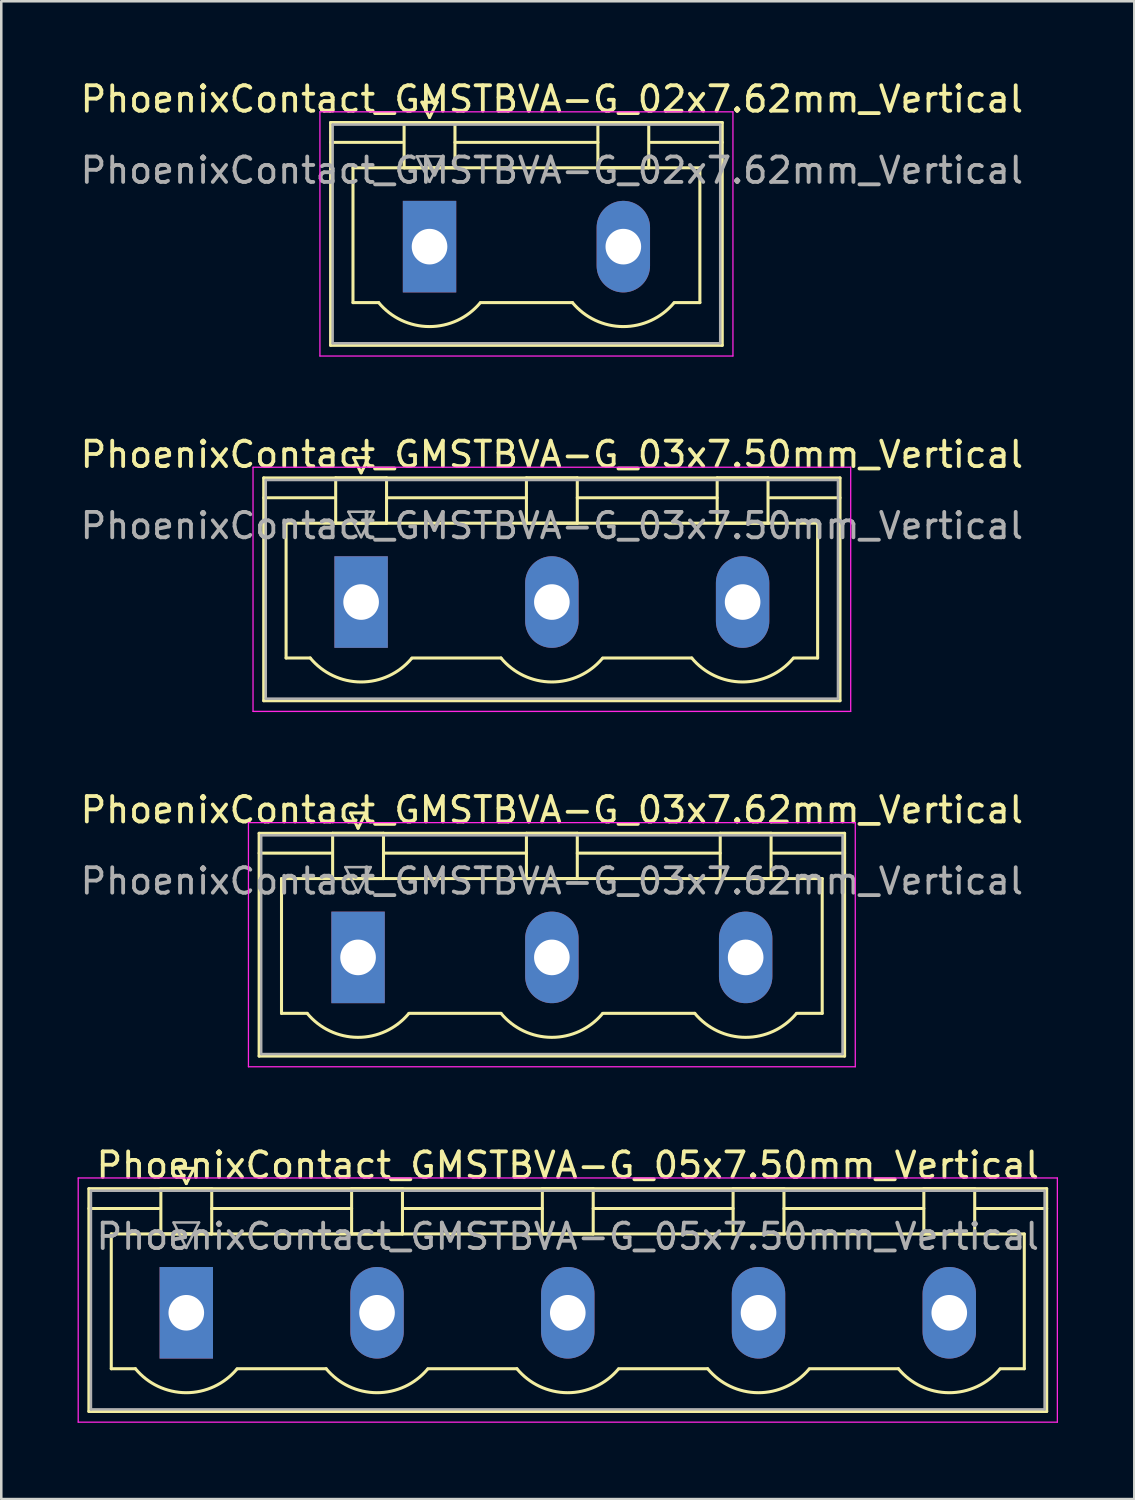
<source format=kicad_pcb>
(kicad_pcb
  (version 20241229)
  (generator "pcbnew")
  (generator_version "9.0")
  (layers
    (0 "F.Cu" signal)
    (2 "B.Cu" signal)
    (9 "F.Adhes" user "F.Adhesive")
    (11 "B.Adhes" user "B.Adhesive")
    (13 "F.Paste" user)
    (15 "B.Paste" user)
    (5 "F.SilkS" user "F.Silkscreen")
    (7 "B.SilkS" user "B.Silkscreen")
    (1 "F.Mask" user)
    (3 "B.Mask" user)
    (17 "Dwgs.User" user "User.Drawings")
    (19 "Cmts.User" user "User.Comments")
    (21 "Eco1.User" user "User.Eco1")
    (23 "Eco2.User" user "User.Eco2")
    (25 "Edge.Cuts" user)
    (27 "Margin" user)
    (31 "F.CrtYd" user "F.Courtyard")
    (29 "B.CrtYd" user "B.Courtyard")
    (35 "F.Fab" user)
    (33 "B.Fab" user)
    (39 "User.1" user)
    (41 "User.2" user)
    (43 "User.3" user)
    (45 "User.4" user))
  (footprint "PhoenixContact_GMSTBVA-G_05x7.50mm_Vertical"
    (layer "F.Cu")
    (at 4.275 48.568)
    (property "Reference" "PhoenixContact_GMSTBVA-G_05x7.50mm_Vertical" (at 15 -5.8 0) (layer "F.SilkS") (effects (font (size 1 1) (thickness 0.15))))
    (attr through_hole)
    (fp_line (start -3.83 -4.88) (end -3.83 3.88) (stroke (width 0.12) (type solid)) (layer "F.SilkS"))
    (fp_line (start -3.83 -4.1) (end -1.08 -4.1) (stroke (width 0.12) (type solid)) (layer "F.SilkS"))
    (fp_line (start -3.83 3.88) (end 33.83 3.88) (stroke (width 0.12) (type solid)) (layer "F.SilkS"))
    (fp_line (start -2.95 -3.1) (end 32.95 -3.1) (stroke (width 0.12) (type solid)) (layer "F.SilkS"))
    (fp_line (start -2.95 2.2) (end -2.95 -3.1) (stroke (width 0.12) (type solid)) (layer "F.SilkS"))
    (fp_line (start -2 2.2) (end -2.95 2.2) (stroke (width 0.12) (type solid)) (layer "F.SilkS"))
    (fp_line (start -1 -4.88) (end 1 -4.88) (stroke (width 0.12) (type solid)) (layer "F.SilkS"))
    (fp_line (start -1 -3.1) (end -1 -4.88) (stroke (width 0.12) (type solid)) (layer "F.SilkS"))
    (fp_line (start -0.3 -5.68) (end 0.3 -5.68) (stroke (width 0.12) (type solid)) (layer "F.SilkS"))
    (fp_line (start 0 -5.08) (end -0.3 -5.68) (stroke (width 0.12) (type solid)) (layer "F.SilkS"))
    (fp_line (start 0.3 -5.68) (end 0 -5.08) (stroke (width 0.12) (type solid)) (layer "F.SilkS"))
    (fp_line (start 1 -4.88) (end 1 -3.1) (stroke (width 0.12) (type solid)) (layer "F.SilkS"))
    (fp_line (start 1 -4.1) (end 6.5 -4.1) (stroke (width 0.12) (type solid)) (layer "F.SilkS"))
    (fp_line (start 1 -3.1) (end -1 -3.1) (stroke (width 0.12) (type solid)) (layer "F.SilkS"))
    (fp_line (start 2 2.2) (end 5.5 2.2) (stroke (width 0.12) (type solid)) (layer "F.SilkS"))
    (fp_line (start 6.5 -4.88) (end 8.5 -4.88) (stroke (width 0.12) (type solid)) (layer "F.SilkS"))
    (fp_line (start 6.5 -3.1) (end 6.5 -4.88) (stroke (width 0.12) (type solid)) (layer "F.SilkS"))
    (fp_line (start 8.5 -4.88) (end 8.5 -3.1) (stroke (width 0.12) (type solid)) (layer "F.SilkS"))
    (fp_line (start 8.5 -4.1) (end 14 -4.1) (stroke (width 0.12) (type solid)) (layer "F.SilkS"))
    (fp_line (start 8.5 -3.1) (end 6.5 -3.1) (stroke (width 0.12) (type solid)) (layer "F.SilkS"))
    (fp_line (start 9.5 2.2) (end 13 2.2) (stroke (width 0.12) (type solid)) (layer "F.SilkS"))
    (fp_line (start 14 -4.88) (end 16 -4.88) (stroke (width 0.12) (type solid)) (layer "F.SilkS"))
    (fp_line (start 14 -3.1) (end 14 -4.88) (stroke (width 0.12) (type solid)) (layer "F.SilkS"))
    (fp_line (start 16 -4.88) (end 16 -3.1) (stroke (width 0.12) (type solid)) (layer "F.SilkS"))
    (fp_line (start 16 -4.1) (end 21.5 -4.1) (stroke (width 0.12) (type solid)) (layer "F.SilkS"))
    (fp_line (start 16 -3.1) (end 14 -3.1) (stroke (width 0.12) (type solid)) (layer "F.SilkS"))
    (fp_line (start 17 2.2) (end 20.5 2.2) (stroke (width 0.12) (type solid)) (layer "F.SilkS"))
    (fp_line (start 21.5 -4.88) (end 23.5 -4.88) (stroke (width 0.12) (type solid)) (layer "F.SilkS"))
    (fp_line (start 21.5 -3.1) (end 21.5 -4.88) (stroke (width 0.12) (type solid)) (layer "F.SilkS"))
    (fp_line (start 23.5 -4.88) (end 23.5 -3.1) (stroke (width 0.12) (type solid)) (layer "F.SilkS"))
    (fp_line (start 23.5 -4.1) (end 29 -4.1) (stroke (width 0.12) (type solid)) (layer "F.SilkS"))
    (fp_line (start 23.5 -3.1) (end 21.5 -3.1) (stroke (width 0.12) (type solid)) (layer "F.SilkS"))
    (fp_line (start 24.5 2.2) (end 28 2.2) (stroke (width 0.12) (type solid)) (layer "F.SilkS"))
    (fp_line (start 29 -4.88) (end 31 -4.88) (stroke (width 0.12) (type solid)) (layer "F.SilkS"))
    (fp_line (start 29 -3.1) (end 29 -4.88) (stroke (width 0.12) (type solid)) (layer "F.SilkS"))
    (fp_line (start 31 -4.88) (end 31 -3.1) (stroke (width 0.12) (type solid)) (layer "F.SilkS"))
    (fp_line (start 31 -3.1) (end 29 -3.1) (stroke (width 0.12) (type solid)) (layer "F.SilkS"))
    (fp_line (start 32.95 -3.1) (end 32.95 2.2) (stroke (width 0.12) (type solid)) (layer "F.SilkS"))
    (fp_line (start 32.95 2.2) (end 32 2.2) (stroke (width 0.12) (type solid)) (layer "F.SilkS"))
    (fp_line (start 33.83 -4.88) (end -3.83 -4.88) (stroke (width 0.12) (type solid)) (layer "F.SilkS"))
    (fp_line (start 33.83 -4.1) (end 31.08 -4.1) (stroke (width 0.12) (type solid)) (layer "F.SilkS"))
    (fp_line (start 33.83 3.88) (end 33.83 -4.88) (stroke (width 0.12) (type solid)) (layer "F.SilkS"))
    (fp_arc (start 1.986842 2.215821) (mid -0.010289 3.142758) (end -2 2.2) (stroke (width 0.12) (type solid)) (layer "F.SilkS"))
    (fp_arc (start 9.486842 2.215821) (mid 7.489711 3.142758) (end 5.5 2.2) (stroke (width 0.12) (type solid)) (layer "F.SilkS"))
    (fp_arc (start 16.986842 2.215821) (mid 14.989711 3.142758) (end 13 2.2) (stroke (width 0.12) (type solid)) (layer "F.SilkS"))
    (fp_arc (start 24.486842 2.215821) (mid 22.489711 3.142758) (end 20.5 2.2) (stroke (width 0.12) (type solid)) (layer "F.SilkS"))
    (fp_arc (start 31.986842 2.215821) (mid 29.989711 3.142758) (end 28 2.2) (stroke (width 0.12) (type solid)) (layer "F.SilkS"))
    (fp_line (start -4.25 -5.3) (end -4.25 4.3) (stroke (width 0.05) (type solid)) (layer "F.CrtYd"))
    (fp_line (start -4.25 4.3) (end 34.25 4.3) (stroke (width 0.05) (type solid)) (layer "F.CrtYd"))
    (fp_line (start 34.25 -5.3) (end -4.25 -5.3) (stroke (width 0.05) (type solid)) (layer "F.CrtYd"))
    (fp_line (start 34.25 4.3) (end 34.25 -5.3) (stroke (width 0.05) (type solid)) (layer "F.CrtYd"))
    (fp_line (start -3.75 -4.8) (end -3.75 3.8) (stroke (width 0.1) (type solid)) (layer "F.Fab"))
    (fp_line (start -3.75 3.8) (end 33.75 3.8) (stroke (width 0.1) (type solid)) (layer "F.Fab"))
    (fp_line (start -0.5 -3.55) (end 0.5 -3.55) (stroke (width 0.1) (type solid)) (layer "F.Fab"))
    (fp_line (start 0 -2.55) (end -0.5 -3.55) (stroke (width 0.1) (type solid)) (layer "F.Fab"))
    (fp_line (start 0.5 -3.55) (end 0 -2.55) (stroke (width 0.1) (type solid)) (layer "F.Fab"))
    (fp_line (start 33.75 -4.8) (end -3.75 -4.8) (stroke (width 0.1) (type solid)) (layer "F.Fab"))
    (fp_line (start 33.75 3.8) (end 33.75 -4.8) (stroke (width 0.1) (type solid)) (layer "F.Fab"))
    (fp_text user "${REFERENCE}" (at 15 -3 0) (layer "F.Fab") (effects (font (size 1 1) (thickness 0.15))))
    (pad "1" thru_hole rect (at 0 0) (size 2.1 3.6) (drill 1.4) (layers "*.Cu" "*.Mask"))
    (pad "2" thru_hole oval (at 7.5 0) (size 2.1 3.6) (drill 1.4) (layers "*.Cu" "*.Mask"))
    (pad "3" thru_hole oval (at 15 0) (size 2.1 3.6) (drill 1.4) (layers "*.Cu" "*.Mask"))
    (pad "4" thru_hole oval (at 22.5 0) (size 2.1 3.6) (drill 1.4) (layers "*.Cu" "*.Mask"))
    (pad "5" thru_hole oval (at 30 0) (size 2.1 3.6) (drill 1.4) (layers "*.Cu" "*.Mask")))
  (footprint "PhoenixContact_GMSTBVA-G_03x7.50mm_Vertical"
    (layer "F.Cu")
    (at 11.149 20.622)
    (property "Reference" "PhoenixContact_GMSTBVA-G_03x7.50mm_Vertical" (at 7.5 -5.8 0) (layer "F.SilkS") (effects (font (size 1 1) (thickness 0.15))))
    (attr through_hole)
    (fp_line (start -3.83 -4.88) (end -3.83 3.88) (stroke (width 0.12) (type solid)) (layer "F.SilkS"))
    (fp_line (start -3.83 -4.1) (end -1.08 -4.1) (stroke (width 0.12) (type solid)) (layer "F.SilkS"))
    (fp_line (start -3.83 3.88) (end 18.83 3.88) (stroke (width 0.12) (type solid)) (layer "F.SilkS"))
    (fp_line (start -2.95 -3.1) (end 17.95 -3.1) (stroke (width 0.12) (type solid)) (layer "F.SilkS"))
    (fp_line (start -2.95 2.2) (end -2.95 -3.1) (stroke (width 0.12) (type solid)) (layer "F.SilkS"))
    (fp_line (start -2 2.2) (end -2.95 2.2) (stroke (width 0.12) (type solid)) (layer "F.SilkS"))
    (fp_line (start -1 -4.88) (end 1 -4.88) (stroke (width 0.12) (type solid)) (layer "F.SilkS"))
    (fp_line (start -1 -3.1) (end -1 -4.88) (stroke (width 0.12) (type solid)) (layer "F.SilkS"))
    (fp_line (start -0.3 -5.68) (end 0.3 -5.68) (stroke (width 0.12) (type solid)) (layer "F.SilkS"))
    (fp_line (start 0 -5.08) (end -0.3 -5.68) (stroke (width 0.12) (type solid)) (layer "F.SilkS"))
    (fp_line (start 0.3 -5.68) (end 0 -5.08) (stroke (width 0.12) (type solid)) (layer "F.SilkS"))
    (fp_line (start 1 -4.88) (end 1 -3.1) (stroke (width 0.12) (type solid)) (layer "F.SilkS"))
    (fp_line (start 1 -4.1) (end 6.5 -4.1) (stroke (width 0.12) (type solid)) (layer "F.SilkS"))
    (fp_line (start 1 -3.1) (end -1 -3.1) (stroke (width 0.12) (type solid)) (layer "F.SilkS"))
    (fp_line (start 2 2.2) (end 5.5 2.2) (stroke (width 0.12) (type solid)) (layer "F.SilkS"))
    (fp_line (start 6.5 -4.88) (end 8.5 -4.88) (stroke (width 0.12) (type solid)) (layer "F.SilkS"))
    (fp_line (start 6.5 -3.1) (end 6.5 -4.88) (stroke (width 0.12) (type solid)) (layer "F.SilkS"))
    (fp_line (start 8.5 -4.88) (end 8.5 -3.1) (stroke (width 0.12) (type solid)) (layer "F.SilkS"))
    (fp_line (start 8.5 -4.1) (end 14 -4.1) (stroke (width 0.12) (type solid)) (layer "F.SilkS"))
    (fp_line (start 8.5 -3.1) (end 6.5 -3.1) (stroke (width 0.12) (type solid)) (layer "F.SilkS"))
    (fp_line (start 9.5 2.2) (end 13 2.2) (stroke (width 0.12) (type solid)) (layer "F.SilkS"))
    (fp_line (start 14 -4.88) (end 16 -4.88) (stroke (width 0.12) (type solid)) (layer "F.SilkS"))
    (fp_line (start 14 -3.1) (end 14 -4.88) (stroke (width 0.12) (type solid)) (layer "F.SilkS"))
    (fp_line (start 16 -4.88) (end 16 -3.1) (stroke (width 0.12) (type solid)) (layer "F.SilkS"))
    (fp_line (start 16 -3.1) (end 14 -3.1) (stroke (width 0.12) (type solid)) (layer "F.SilkS"))
    (fp_line (start 17.95 -3.1) (end 17.95 2.2) (stroke (width 0.12) (type solid)) (layer "F.SilkS"))
    (fp_line (start 17.95 2.2) (end 17 2.2) (stroke (width 0.12) (type solid)) (layer "F.SilkS"))
    (fp_line (start 18.83 -4.88) (end -3.83 -4.88) (stroke (width 0.12) (type solid)) (layer "F.SilkS"))
    (fp_line (start 18.83 -4.1) (end 16.08 -4.1) (stroke (width 0.12) (type solid)) (layer "F.SilkS"))
    (fp_line (start 18.83 3.88) (end 18.83 -4.88) (stroke (width 0.12) (type solid)) (layer "F.SilkS"))
    (fp_arc (start 1.986842 2.215821) (mid -0.010289 3.142758) (end -2 2.2) (stroke (width 0.12) (type solid)) (layer "F.SilkS"))
    (fp_arc (start 9.486842 2.215821) (mid 7.489711 3.142758) (end 5.5 2.2) (stroke (width 0.12) (type solid)) (layer "F.SilkS"))
    (fp_arc (start 16.986842 2.215821) (mid 14.989711 3.142758) (end 13 2.2) (stroke (width 0.12) (type solid)) (layer "F.SilkS"))
    (fp_line (start -4.25 -5.3) (end -4.25 4.3) (stroke (width 0.05) (type solid)) (layer "F.CrtYd"))
    (fp_line (start -4.25 4.3) (end 19.25 4.3) (stroke (width 0.05) (type solid)) (layer "F.CrtYd"))
    (fp_line (start 19.25 -5.3) (end -4.25 -5.3) (stroke (width 0.05) (type solid)) (layer "F.CrtYd"))
    (fp_line (start 19.25 4.3) (end 19.25 -5.3) (stroke (width 0.05) (type solid)) (layer "F.CrtYd"))
    (fp_line (start -3.75 -4.8) (end -3.75 3.8) (stroke (width 0.1) (type solid)) (layer "F.Fab"))
    (fp_line (start -3.75 3.8) (end 18.75 3.8) (stroke (width 0.1) (type solid)) (layer "F.Fab"))
    (fp_line (start -0.5 -3.55) (end 0.5 -3.55) (stroke (width 0.1) (type solid)) (layer "F.Fab"))
    (fp_line (start 0 -2.55) (end -0.5 -3.55) (stroke (width 0.1) (type solid)) (layer "F.Fab"))
    (fp_line (start 0.5 -3.55) (end 0 -2.55) (stroke (width 0.1) (type solid)) (layer "F.Fab"))
    (fp_line (start 18.75 -4.8) (end -3.75 -4.8) (stroke (width 0.1) (type solid)) (layer "F.Fab"))
    (fp_line (start 18.75 3.8) (end 18.75 -4.8) (stroke (width 0.1) (type solid)) (layer "F.Fab"))
    (fp_text user "${REFERENCE}" (at 7.5 -3 0) (layer "F.Fab") (effects (font (size 1 1) (thickness 0.15))))
    (pad "1" thru_hole rect (at 0 0) (size 2.1 3.6) (drill 1.4) (layers "*.Cu" "*.Mask"))
    (pad "2" thru_hole oval (at 7.5 0) (size 2.1 3.6) (drill 1.4) (layers "*.Cu" "*.Mask"))
    (pad "3" thru_hole oval (at 15 0) (size 2.1 3.6) (drill 1.4) (layers "*.Cu" "*.Mask")))
  (footprint "PhoenixContact_GMSTBVA-G_03x7.62mm_Vertical"
    (layer "F.Cu")
    (at 11.029 34.595)
    (property "Reference" "PhoenixContact_GMSTBVA-G_03x7.62mm_Vertical" (at 7.62 -5.8 0) (layer "F.SilkS") (effects (font (size 1 1) (thickness 0.15))))
    (attr through_hole)
    (fp_line (start -3.89 -4.88) (end -3.89 3.88) (stroke (width 0.12) (type solid)) (layer "F.SilkS"))
    (fp_line (start -3.89 -4.1) (end -1.08 -4.1) (stroke (width 0.12) (type solid)) (layer "F.SilkS"))
    (fp_line (start -3.89 3.88) (end 19.13 3.88) (stroke (width 0.12) (type solid)) (layer "F.SilkS"))
    (fp_line (start -3.01 -3.1) (end 18.25 -3.1) (stroke (width 0.12) (type solid)) (layer "F.SilkS"))
    (fp_line (start -3.01 2.2) (end -3.01 -3.1) (stroke (width 0.12) (type solid)) (layer "F.SilkS"))
    (fp_line (start -2 2.2) (end -3.01 2.2) (stroke (width 0.12) (type solid)) (layer "F.SilkS"))
    (fp_line (start -1 -4.88) (end 1 -4.88) (stroke (width 0.12) (type solid)) (layer "F.SilkS"))
    (fp_line (start -1 -3.1) (end -1 -4.88) (stroke (width 0.12) (type solid)) (layer "F.SilkS"))
    (fp_line (start -0.3 -5.68) (end 0.3 -5.68) (stroke (width 0.12) (type solid)) (layer "F.SilkS"))
    (fp_line (start 0 -5.08) (end -0.3 -5.68) (stroke (width 0.12) (type solid)) (layer "F.SilkS"))
    (fp_line (start 0.3 -5.68) (end 0 -5.08) (stroke (width 0.12) (type solid)) (layer "F.SilkS"))
    (fp_line (start 1 -4.88) (end 1 -3.1) (stroke (width 0.12) (type solid)) (layer "F.SilkS"))
    (fp_line (start 1 -4.1) (end 6.62 -4.1) (stroke (width 0.12) (type solid)) (layer "F.SilkS"))
    (fp_line (start 1 -3.1) (end -1 -3.1) (stroke (width 0.12) (type solid)) (layer "F.SilkS"))
    (fp_line (start 2 2.2) (end 5.62 2.2) (stroke (width 0.12) (type solid)) (layer "F.SilkS"))
    (fp_line (start 6.62 -4.88) (end 8.62 -4.88) (stroke (width 0.12) (type solid)) (layer "F.SilkS"))
    (fp_line (start 6.62 -3.1) (end 6.62 -4.88) (stroke (width 0.12) (type solid)) (layer "F.SilkS"))
    (fp_line (start 8.62 -4.88) (end 8.62 -3.1) (stroke (width 0.12) (type solid)) (layer "F.SilkS"))
    (fp_line (start 8.62 -4.1) (end 14.24 -4.1) (stroke (width 0.12) (type solid)) (layer "F.SilkS"))
    (fp_line (start 8.62 -3.1) (end 6.62 -3.1) (stroke (width 0.12) (type solid)) (layer "F.SilkS"))
    (fp_line (start 9.62 2.2) (end 13.24 2.2) (stroke (width 0.12) (type solid)) (layer "F.SilkS"))
    (fp_line (start 14.24 -4.88) (end 16.24 -4.88) (stroke (width 0.12) (type solid)) (layer "F.SilkS"))
    (fp_line (start 14.24 -3.1) (end 14.24 -4.88) (stroke (width 0.12) (type solid)) (layer "F.SilkS"))
    (fp_line (start 16.24 -4.88) (end 16.24 -3.1) (stroke (width 0.12) (type solid)) (layer "F.SilkS"))
    (fp_line (start 16.24 -3.1) (end 14.24 -3.1) (stroke (width 0.12) (type solid)) (layer "F.SilkS"))
    (fp_line (start 18.25 -3.1) (end 18.25 2.2) (stroke (width 0.12) (type solid)) (layer "F.SilkS"))
    (fp_line (start 18.25 2.2) (end 17.24 2.2) (stroke (width 0.12) (type solid)) (layer "F.SilkS"))
    (fp_line (start 19.13 -4.88) (end -3.89 -4.88) (stroke (width 0.12) (type solid)) (layer "F.SilkS"))
    (fp_line (start 19.13 -4.1) (end 16.32 -4.1) (stroke (width 0.12) (type solid)) (layer "F.SilkS"))
    (fp_line (start 19.13 3.88) (end 19.13 -4.88) (stroke (width 0.12) (type solid)) (layer "F.SilkS"))
    (fp_arc (start 1.986842 2.215821) (mid -0.010289 3.142758) (end -2 2.2) (stroke (width 0.12) (type solid)) (layer "F.SilkS"))
    (fp_arc (start 9.606842 2.215821) (mid 7.609711 3.142758) (end 5.62 2.2) (stroke (width 0.12) (type solid)) (layer "F.SilkS"))
    (fp_arc (start 17.226842 2.215821) (mid 15.229711 3.142758) (end 13.24 2.2) (stroke (width 0.12) (type solid)) (layer "F.SilkS"))
    (fp_line (start -4.31 -5.3) (end -4.31 4.3) (stroke (width 0.05) (type solid)) (layer "F.CrtYd"))
    (fp_line (start -4.31 4.3) (end 19.55 4.3) (stroke (width 0.05) (type solid)) (layer "F.CrtYd"))
    (fp_line (start 19.55 -5.3) (end -4.31 -5.3) (stroke (width 0.05) (type solid)) (layer "F.CrtYd"))
    (fp_line (start 19.55 4.3) (end 19.55 -5.3) (stroke (width 0.05) (type solid)) (layer "F.CrtYd"))
    (fp_line (start -3.81 -4.8) (end -3.81 3.8) (stroke (width 0.1) (type solid)) (layer "F.Fab"))
    (fp_line (start -3.81 3.8) (end 19.05 3.8) (stroke (width 0.1) (type solid)) (layer "F.Fab"))
    (fp_line (start -0.5 -3.55) (end 0.5 -3.55) (stroke (width 0.1) (type solid)) (layer "F.Fab"))
    (fp_line (start 0 -2.55) (end -0.5 -3.55) (stroke (width 0.1) (type solid)) (layer "F.Fab"))
    (fp_line (start 0.5 -3.55) (end 0 -2.55) (stroke (width 0.1) (type solid)) (layer "F.Fab"))
    (fp_line (start 19.05 -4.8) (end -3.81 -4.8) (stroke (width 0.1) (type solid)) (layer "F.Fab"))
    (fp_line (start 19.05 3.8) (end 19.05 -4.8) (stroke (width 0.1) (type solid)) (layer "F.Fab"))
    (fp_text user "${REFERENCE}" (at 7.62 -3 0) (layer "F.Fab") (effects (font (size 1 1) (thickness 0.15))))
    (pad "1" thru_hole rect (at 0 0) (size 2.1 3.6) (drill 1.4) (layers "*.Cu" "*.Mask"))
    (pad "2" thru_hole oval (at 7.62 0) (size 2.1 3.6) (drill 1.4) (layers "*.Cu" "*.Mask"))
    (pad "3" thru_hole oval (at 15.24 0) (size 2.1 3.6) (drill 1.4) (layers "*.Cu" "*.Mask")))
  (footprint "PhoenixContact_GMSTBVA-G_02x7.62mm_Vertical"
    (layer "F.Cu")
    (at 13.839 6.648)
    (property "Reference" "PhoenixContact_GMSTBVA-G_02x7.62mm_Vertical" (at 4.81 -5.8 0) (layer "F.SilkS") (effects (font (size 1 1) (thickness 0.15))))
    (attr through_hole)
    (fp_line (start -3.89 -4.88) (end -3.89 3.88) (stroke (width 0.12) (type solid)) (layer "F.SilkS"))
    (fp_line (start -3.89 -4.1) (end -1.08 -4.1) (stroke (width 0.12) (type solid)) (layer "F.SilkS"))
    (fp_line (start -3.89 3.88) (end 11.51 3.88) (stroke (width 0.12) (type solid)) (layer "F.SilkS"))
    (fp_line (start -3.01 -3.1) (end 10.63 -3.1) (stroke (width 0.12) (type solid)) (layer "F.SilkS"))
    (fp_line (start -3.01 2.2) (end -3.01 -3.1) (stroke (width 0.12) (type solid)) (layer "F.SilkS"))
    (fp_line (start -2 2.2) (end -3.01 2.2) (stroke (width 0.12) (type solid)) (layer "F.SilkS"))
    (fp_line (start -1 -4.88) (end 1 -4.88) (stroke (width 0.12) (type solid)) (layer "F.SilkS"))
    (fp_line (start -1 -3.1) (end -1 -4.88) (stroke (width 0.12) (type solid)) (layer "F.SilkS"))
    (fp_line (start -0.3 -5.68) (end 0.3 -5.68) (stroke (width 0.12) (type solid)) (layer "F.SilkS"))
    (fp_line (start 0 -5.08) (end -0.3 -5.68) (stroke (width 0.12) (type solid)) (layer "F.SilkS"))
    (fp_line (start 0.3 -5.68) (end 0 -5.08) (stroke (width 0.12) (type solid)) (layer "F.SilkS"))
    (fp_line (start 1 -4.88) (end 1 -3.1) (stroke (width 0.12) (type solid)) (layer "F.SilkS"))
    (fp_line (start 1 -4.1) (end 6.62 -4.1) (stroke (width 0.12) (type solid)) (layer "F.SilkS"))
    (fp_line (start 1 -3.1) (end -1 -3.1) (stroke (width 0.12) (type solid)) (layer "F.SilkS"))
    (fp_line (start 2 2.2) (end 5.62 2.2) (stroke (width 0.12) (type solid)) (layer "F.SilkS"))
    (fp_line (start 6.62 -4.88) (end 8.62 -4.88) (stroke (width 0.12) (type solid)) (layer "F.SilkS"))
    (fp_line (start 6.62 -3.1) (end 6.62 -4.88) (stroke (width 0.12) (type solid)) (layer "F.SilkS"))
    (fp_line (start 8.62 -4.88) (end 8.62 -3.1) (stroke (width 0.12) (type solid)) (layer "F.SilkS"))
    (fp_line (start 8.62 -3.1) (end 6.62 -3.1) (stroke (width 0.12) (type solid)) (layer "F.SilkS"))
    (fp_line (start 10.63 -3.1) (end 10.63 2.2) (stroke (width 0.12) (type solid)) (layer "F.SilkS"))
    (fp_line (start 10.63 2.2) (end 9.62 2.2) (stroke (width 0.12) (type solid)) (layer "F.SilkS"))
    (fp_line (start 11.51 -4.88) (end -3.89 -4.88) (stroke (width 0.12) (type solid)) (layer "F.SilkS"))
    (fp_line (start 11.51 -4.1) (end 8.7 -4.1) (stroke (width 0.12) (type solid)) (layer "F.SilkS"))
    (fp_line (start 11.51 3.88) (end 11.51 -4.88) (stroke (width 0.12) (type solid)) (layer "F.SilkS"))
    (fp_arc (start 1.986842 2.215821) (mid -0.010289 3.142758) (end -2 2.2) (stroke (width 0.12) (type solid)) (layer "F.SilkS"))
    (fp_arc (start 9.606842 2.215821) (mid 7.609711 3.142758) (end 5.62 2.2) (stroke (width 0.12) (type solid)) (layer "F.SilkS"))
    (fp_line (start -4.31 -5.3) (end -4.31 4.3) (stroke (width 0.05) (type solid)) (layer "F.CrtYd"))
    (fp_line (start -4.31 4.3) (end 11.93 4.3) (stroke (width 0.05) (type solid)) (layer "F.CrtYd"))
    (fp_line (start 11.93 -5.3) (end -4.31 -5.3) (stroke (width 0.05) (type solid)) (layer "F.CrtYd"))
    (fp_line (start 11.93 4.3) (end 11.93 -5.3) (stroke (width 0.05) (type solid)) (layer "F.CrtYd"))
    (fp_line (start -3.81 -4.8) (end -3.81 3.8) (stroke (width 0.1) (type solid)) (layer "F.Fab"))
    (fp_line (start -3.81 3.8) (end 11.43 3.8) (stroke (width 0.1) (type solid)) (layer "F.Fab"))
    (fp_line (start -0.5 -3.55) (end 0.5 -3.55) (stroke (width 0.1) (type solid)) (layer "F.Fab"))
    (fp_line (start 0 -2.55) (end -0.5 -3.55) (stroke (width 0.1) (type solid)) (layer "F.Fab"))
    (fp_line (start 0.5 -3.55) (end 0 -2.55) (stroke (width 0.1) (type solid)) (layer "F.Fab"))
    (fp_line (start 11.43 -4.8) (end -3.81 -4.8) (stroke (width 0.1) (type solid)) (layer "F.Fab"))
    (fp_line (start 11.43 3.8) (end 11.43 -4.8) (stroke (width 0.1) (type solid)) (layer "F.Fab"))
    (fp_text user "${REFERENCE}" (at 4.81 -3 0) (layer "F.Fab") (effects (font (size 1 1) (thickness 0.15))))
    (pad "1" thru_hole rect (at 0 0) (size 2.1 3.6) (drill 1.4) (layers "*.Cu" "*.Mask"))
    (pad "2" thru_hole oval (at 7.62 0) (size 2.1 3.6) (drill 1.4) (layers "*.Cu" "*.Mask")))
  (gr_rect
    (start -3 -3)
    (end 41.55 55.893)
    (stroke (width 0.1) (type default))
    (fill no)
    (layer "Edge.Cuts")))
</source>
